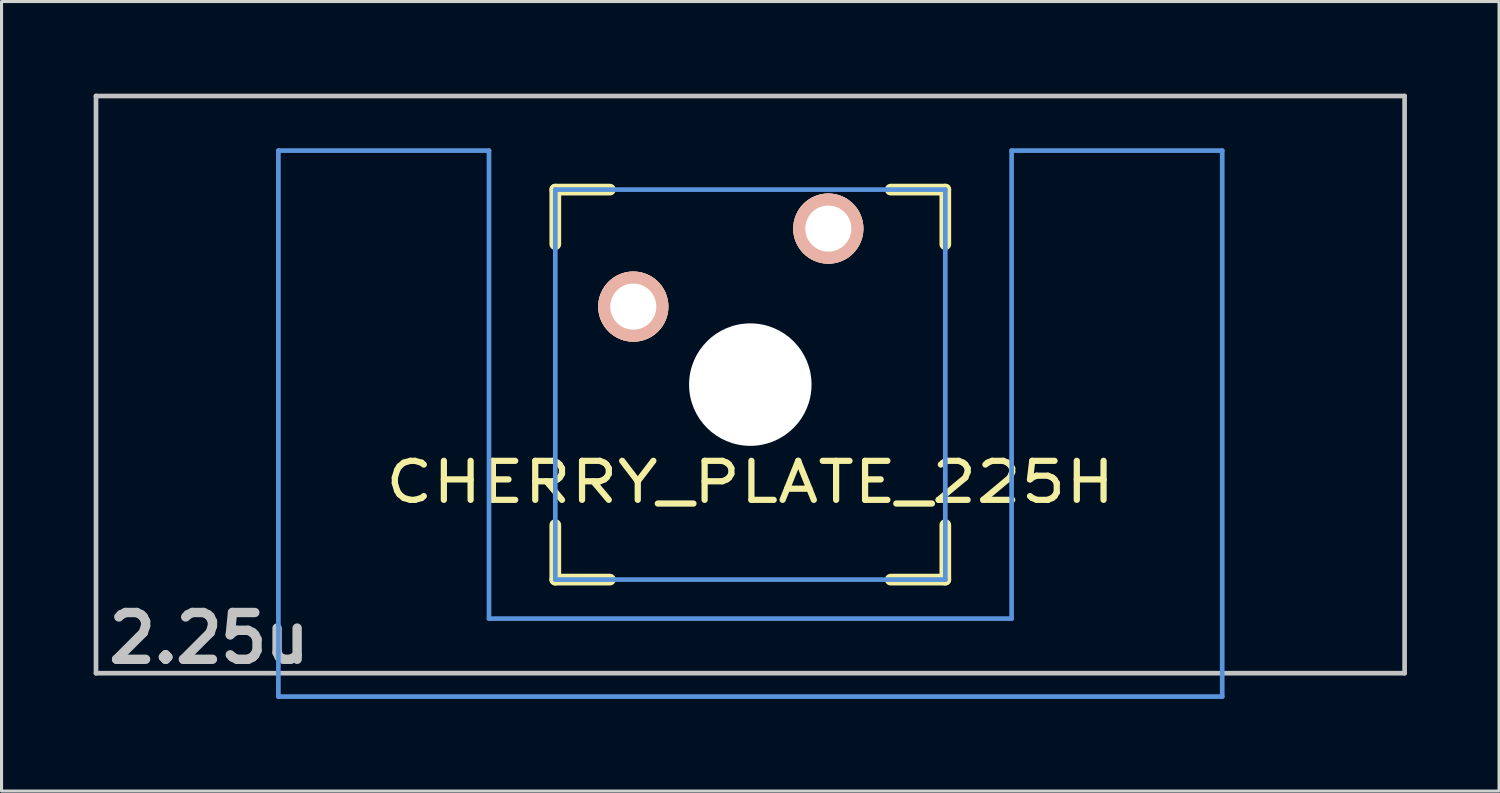
<source format=kicad_pcb>
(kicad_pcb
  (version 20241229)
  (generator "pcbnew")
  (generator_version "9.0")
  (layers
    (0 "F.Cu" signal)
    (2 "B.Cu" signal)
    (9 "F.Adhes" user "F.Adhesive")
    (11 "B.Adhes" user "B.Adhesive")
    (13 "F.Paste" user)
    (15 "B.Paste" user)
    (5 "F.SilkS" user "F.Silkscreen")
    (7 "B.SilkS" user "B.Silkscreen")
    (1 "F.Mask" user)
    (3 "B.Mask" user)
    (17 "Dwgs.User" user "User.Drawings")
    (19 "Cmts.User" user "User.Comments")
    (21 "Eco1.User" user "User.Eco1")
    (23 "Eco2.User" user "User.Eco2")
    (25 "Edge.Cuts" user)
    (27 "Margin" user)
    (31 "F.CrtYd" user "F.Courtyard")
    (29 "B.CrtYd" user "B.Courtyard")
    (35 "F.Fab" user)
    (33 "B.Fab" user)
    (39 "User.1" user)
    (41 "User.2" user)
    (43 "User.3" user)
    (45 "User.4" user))
  (footprint "CHERRY_PLATE_225H"
    (layer "F.Cu")
    (at 21.382 9.474)
    (property "Reference" "CHERRY_PLATE_225H" (at 0 3.175 0) (layer "F.SilkS") (effects (font (size 1.27 1.524) (thickness 0.203))))
    (attr through_hole)
    (fp_line (start -6.35 -6.35) (end -4.572 -6.35) (stroke (width 0.381) (type solid)) (layer "F.SilkS"))
    (fp_line (start -6.35 -4.572) (end -6.35 -6.35) (stroke (width 0.381) (type solid)) (layer "F.SilkS"))
    (fp_line (start -6.35 6.35) (end -6.35 4.572) (stroke (width 0.381) (type solid)) (layer "F.SilkS"))
    (fp_line (start -4.572 6.35) (end -6.35 6.35) (stroke (width 0.381) (type solid)) (layer "F.SilkS"))
    (fp_line (start 4.572 -6.35) (end 6.35 -6.35) (stroke (width 0.381) (type solid)) (layer "F.SilkS"))
    (fp_line (start 6.35 -6.35) (end 6.35 -4.572) (stroke (width 0.381) (type solid)) (layer "F.SilkS"))
    (fp_line (start 6.35 4.572) (end 6.35 6.35) (stroke (width 0.381) (type solid)) (layer "F.SilkS"))
    (fp_line (start 6.35 6.35) (end 4.572 6.35) (stroke (width 0.381) (type solid)) (layer "F.SilkS"))
    (fp_line (start -21.306 -9.398) (end 21.306 -9.398) (stroke (width 0.152) (type solid)) (layer "Dwgs.User"))
    (fp_line (start -21.306 9.398) (end -21.306 -9.398) (stroke (width 0.152) (type solid)) (layer "Dwgs.User"))
    (fp_line (start 21.306 -9.398) (end 21.306 9.398) (stroke (width 0.152) (type solid)) (layer "Dwgs.User"))
    (fp_line (start 21.306 9.398) (end -21.306 9.398) (stroke (width 0.152) (type solid)) (layer "Dwgs.User"))
    (fp_line (start -15.367 -7.62) (end -15.367 10.16) (stroke (width 0.152) (type solid)) (layer "Cmts.User"))
    (fp_line (start -15.367 10.16) (end 15.367 10.16) (stroke (width 0.152) (type solid)) (layer "Cmts.User"))
    (fp_line (start -8.509 -7.62) (end -15.367 -7.62) (stroke (width 0.152) (type solid)) (layer "Cmts.User"))
    (fp_line (start -8.509 7.62) (end -8.509 -7.62) (stroke (width 0.152) (type solid)) (layer "Cmts.User"))
    (fp_line (start -6.35 -6.35) (end 6.35 -6.35) (stroke (width 0.152) (type solid)) (layer "Cmts.User"))
    (fp_line (start -6.35 6.35) (end -6.35 -6.35) (stroke (width 0.152) (type solid)) (layer "Cmts.User"))
    (fp_line (start 6.35 -6.35) (end 6.35 6.35) (stroke (width 0.152) (type solid)) (layer "Cmts.User"))
    (fp_line (start 6.35 6.35) (end -6.35 6.35) (stroke (width 0.152) (type solid)) (layer "Cmts.User"))
    (fp_line (start 8.509 -7.62) (end 8.509 7.62) (stroke (width 0.152) (type solid)) (layer "Cmts.User"))
    (fp_line (start 8.509 7.62) (end -8.509 7.62) (stroke (width 0.152) (type solid)) (layer "Cmts.User"))
    (fp_line (start 15.367 -7.62) (end 8.509 -7.62) (stroke (width 0.152) (type solid)) (layer "Cmts.User"))
    (fp_line (start 15.367 10.16) (end 15.367 -7.62) (stroke (width 0.152) (type solid)) (layer "Cmts.User"))
    (fp_line (start -16.129 -2.286) (end -15.265 -2.286) (stroke (width 0.152) (type solid)) (layer "Eco2.User"))
    (fp_line (start -16.129 0.508) (end -16.129 -2.286) (stroke (width 0.152) (type solid)) (layer "Eco2.User"))
    (fp_line (start -15.265 -5.69) (end -8.611 -5.69) (stroke (width 0.152) (type solid)) (layer "Eco2.User"))
    (fp_line (start -15.265 -2.286) (end -15.265 -5.69) (stroke (width 0.152) (type solid)) (layer "Eco2.User"))
    (fp_line (start -15.265 0.508) (end -16.129 0.508) (stroke (width 0.152) (type solid)) (layer "Eco2.User"))
    (fp_line (start -15.265 6.604) (end -15.265 0.508) (stroke (width 0.152) (type solid)) (layer "Eco2.User"))
    (fp_line (start -14.224 6.604) (end -15.265 6.604) (stroke (width 0.152) (type solid)) (layer "Eco2.User"))
    (fp_line (start -14.224 7.772) (end -14.224 6.604) (stroke (width 0.152) (type solid)) (layer "Eco2.User"))
    (fp_line (start -9.652 6.604) (end -9.652 7.772) (stroke (width 0.152) (type solid)) (layer "Eco2.User"))
    (fp_line (start -9.652 7.772) (end -14.224 7.772) (stroke (width 0.152) (type solid)) (layer "Eco2.User"))
    (fp_line (start -8.611 -5.69) (end -8.611 -4.877) (stroke (width 0.152) (type solid)) (layer "Eco2.User"))
    (fp_line (start -8.611 -4.877) (end -6.985 -4.877) (stroke (width 0.152) (type solid)) (layer "Eco2.User"))
    (fp_line (start -8.611 5.817) (end -8.611 6.604) (stroke (width 0.152) (type solid)) (layer "Eco2.User"))
    (fp_line (start -8.611 6.604) (end -9.652 6.604) (stroke (width 0.152) (type solid)) (layer "Eco2.User"))
    (fp_line (start -6.985 -6.985) (end 6.985 -6.985) (stroke (width 0.152) (type solid)) (layer "Eco2.User"))
    (fp_line (start -6.985 -4.877) (end -6.985 -6.985) (stroke (width 0.152) (type solid)) (layer "Eco2.User"))
    (fp_line (start -6.985 5.817) (end -8.611 5.817) (stroke (width 0.152) (type solid)) (layer "Eco2.User"))
    (fp_line (start -6.985 6.985) (end -6.985 5.817) (stroke (width 0.152) (type solid)) (layer "Eco2.User"))
    (fp_line (start 6.985 -6.985) (end 6.985 -4.877) (stroke (width 0.152) (type solid)) (layer "Eco2.User"))
    (fp_line (start 6.985 -4.877) (end 8.611 -4.877) (stroke (width 0.152) (type solid)) (layer "Eco2.User"))
    (fp_line (start 6.985 5.817) (end 6.985 6.985) (stroke (width 0.152) (type solid)) (layer "Eco2.User"))
    (fp_line (start 6.985 6.985) (end -6.985 6.985) (stroke (width 0.152) (type solid)) (layer "Eco2.User"))
    (fp_line (start 8.611 -5.69) (end 15.265 -5.69) (stroke (width 0.152) (type solid)) (layer "Eco2.User"))
    (fp_line (start 8.611 -4.877) (end 8.611 -5.69) (stroke (width 0.152) (type solid)) (layer "Eco2.User"))
    (fp_line (start 8.611 5.817) (end 6.985 5.817) (stroke (width 0.152) (type solid)) (layer "Eco2.User"))
    (fp_line (start 8.611 6.604) (end 8.611 5.817) (stroke (width 0.152) (type solid)) (layer "Eco2.User"))
    (fp_line (start 9.652 6.604) (end 8.611 6.604) (stroke (width 0.152) (type solid)) (layer "Eco2.User"))
    (fp_line (start 9.652 7.772) (end 9.652 6.604) (stroke (width 0.152) (type solid)) (layer "Eco2.User"))
    (fp_line (start 14.224 6.604) (end 14.224 7.772) (stroke (width 0.152) (type solid)) (layer "Eco2.User"))
    (fp_line (start 14.224 7.772) (end 9.652 7.772) (stroke (width 0.152) (type solid)) (layer "Eco2.User"))
    (fp_line (start 15.265 -5.69) (end 15.265 -2.286) (stroke (width 0.152) (type solid)) (layer "Eco2.User"))
    (fp_line (start 15.265 -2.286) (end 16.129 -2.286) (stroke (width 0.152) (type solid)) (layer "Eco2.User"))
    (fp_line (start 15.265 0.508) (end 15.265 6.604) (stroke (width 0.152) (type solid)) (layer "Eco2.User"))
    (fp_line (start 15.265 6.604) (end 14.224 6.604) (stroke (width 0.152) (type solid)) (layer "Eco2.User"))
    (fp_line (start 16.129 -2.286) (end 16.129 0.508) (stroke (width 0.152) (type solid)) (layer "Eco2.User"))
    (fp_line (start 16.129 0.508) (end 15.265 0.508) (stroke (width 0.152) (type solid)) (layer "Eco2.User"))
    (fp_text user "2.25u" (at -17.623 8.255 0) (layer "Dwgs.User") (effects (font (size 1.524 1.524) (thickness 0.305))))
    (pad "" np_thru_hole circle (at 0 0) (size 3.988 3.988) (drill 3.988) (layers "*.Cu"))
    (pad "1" thru_hole circle (at 2.54 -5.08) (size 2.286 2.286) (drill 1.499) (layers "*.Cu" "*.SilkS" "*.Mask"))
    (pad "2" thru_hole circle (at -3.81 -2.54) (size 2.286 2.286) (drill 1.499) (layers "*.Cu" "*.SilkS" "*.Mask")))
  (gr_rect
    (start -3 -3)
    (end 45.763 22.71)
    (stroke (width 0.1) (type default))
    (fill no)
    (layer "Edge.Cuts")))
</source>
